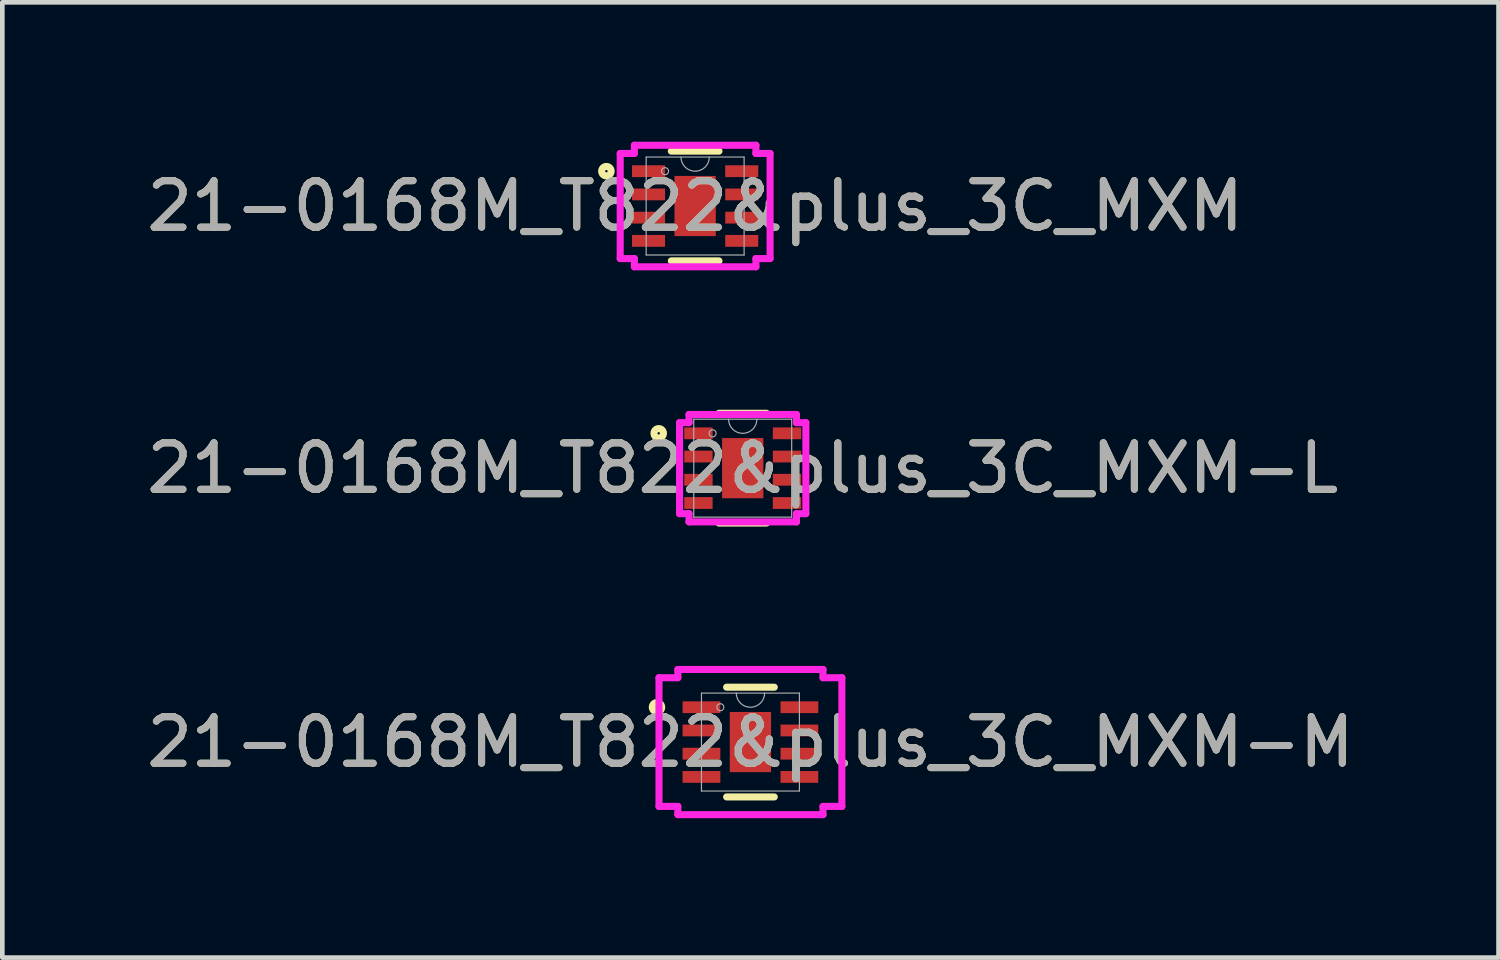
<source format=kicad_pcb>
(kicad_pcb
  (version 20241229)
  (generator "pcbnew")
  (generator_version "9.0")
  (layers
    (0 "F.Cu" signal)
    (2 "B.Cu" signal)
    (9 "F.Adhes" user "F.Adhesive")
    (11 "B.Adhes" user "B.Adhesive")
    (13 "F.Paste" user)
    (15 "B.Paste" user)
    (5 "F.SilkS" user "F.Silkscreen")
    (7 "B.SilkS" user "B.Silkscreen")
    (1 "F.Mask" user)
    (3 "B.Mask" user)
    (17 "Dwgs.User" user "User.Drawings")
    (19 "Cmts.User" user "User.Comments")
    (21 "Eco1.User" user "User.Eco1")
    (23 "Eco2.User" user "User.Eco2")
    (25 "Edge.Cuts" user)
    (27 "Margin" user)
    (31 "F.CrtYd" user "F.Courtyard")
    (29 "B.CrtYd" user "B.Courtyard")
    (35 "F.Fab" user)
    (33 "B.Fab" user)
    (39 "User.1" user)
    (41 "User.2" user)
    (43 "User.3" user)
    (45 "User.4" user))
  (footprint "21-0168M_T822&plus_3C_MXM-L"
    (layer "F.Cu")
    (at 12.935 7.026)
    (property "Reference" "21-0168M_T822&plus_3C_MXM-L" (at 0 0 0) (unlocked yes) (layer "F.SilkS") (effects (font (size 1 1) (thickness 0.15))))
    (attr smd)
    (fp_line (start -0.513 1.181) (end 0.513 1.181) (stroke (width 0.152) (type solid)) (layer "F.SilkS"))
    (fp_line (start 0.513 -1.181) (end -0.513 -1.181) (stroke (width 0.152) (type solid)) (layer "F.SilkS"))
    (fp_circle (center -1.808 -0.75) (end -1.706 -0.75) (stroke (width 0.152) (type solid)) (fill no) (layer "F.SilkS"))
    (fp_line (start -1.359 -0.979) (end -1.156 -0.979) (stroke (width 0.152) (type solid)) (layer "F.CrtYd"))
    (fp_line (start -1.359 0.979) (end -1.359 -0.979) (stroke (width 0.152) (type solid)) (layer "F.CrtYd"))
    (fp_line (start -1.359 0.979) (end -1.156 0.979) (stroke (width 0.152) (type solid)) (layer "F.CrtYd"))
    (fp_line (start -1.156 -1.156) (end 1.156 -1.156) (stroke (width 0.152) (type solid)) (layer "F.CrtYd"))
    (fp_line (start -1.156 -0.979) (end -1.156 -1.156) (stroke (width 0.152) (type solid)) (layer "F.CrtYd"))
    (fp_line (start -1.156 1.156) (end -1.156 0.979) (stroke (width 0.152) (type solid)) (layer "F.CrtYd"))
    (fp_line (start 1.156 -1.156) (end 1.156 -0.979) (stroke (width 0.152) (type solid)) (layer "F.CrtYd"))
    (fp_line (start 1.156 0.979) (end 1.156 1.156) (stroke (width 0.152) (type solid)) (layer "F.CrtYd"))
    (fp_line (start 1.156 1.156) (end -1.156 1.156) (stroke (width 0.152) (type solid)) (layer "F.CrtYd"))
    (fp_line (start 1.359 -0.979) (end 1.156 -0.979) (stroke (width 0.152) (type solid)) (layer "F.CrtYd"))
    (fp_line (start 1.359 -0.979) (end 1.359 0.979) (stroke (width 0.152) (type solid)) (layer "F.CrtYd"))
    (fp_line (start 1.359 0.979) (end 1.156 0.979) (stroke (width 0.152) (type solid)) (layer "F.CrtYd"))
    (fp_line (start -1.054 -1.054) (end -1.054 1.054) (stroke (width 0.025) (type solid)) (layer "F.Fab"))
    (fp_line (start -1.054 1.054) (end 1.054 1.054) (stroke (width 0.025) (type solid)) (layer "F.Fab"))
    (fp_line (start 1.054 -1.054) (end -1.054 -1.054) (stroke (width 0.025) (type solid)) (layer "F.Fab"))
    (fp_line (start 1.054 1.054) (end 1.054 -1.054) (stroke (width 0.025) (type solid)) (layer "F.Fab"))
    (fp_arc (start 0.3048 -1.0541) (mid 0 -0.7493) (end -0.3048 -1.0541) (stroke (width 0.0254) (type solid)) (layer "F.Fab"))
    (fp_circle (center -0.648 -0.75) (end -0.572 -0.75) (stroke (width 0.025) (type solid)) (fill no) (layer "F.Fab"))
    (fp_text user "${REFERENCE}" (at 0 0 0) (unlocked yes) (layer "F.Fab") (effects (font (size 1 1) (thickness 0.15))))
    (pad "1" smd rect (at -0.953 -0.75) (size 0.61 0.254) (layers "F.Cu" "F.Mask" "F.Paste"))
    (pad "2" smd rect (at -0.953 -0.25) (size 0.61 0.254) (layers "F.Cu" "F.Mask" "F.Paste"))
    (pad "3" smd rect (at -0.953 0.25) (size 0.61 0.254) (layers "F.Cu" "F.Mask" "F.Paste"))
    (pad "4" smd rect (at -0.953 0.75) (size 0.61 0.254) (layers "F.Cu" "F.Mask" "F.Paste"))
    (pad "5" smd rect (at 0.953 0.75) (size 0.61 0.254) (layers "F.Cu" "F.Mask" "F.Paste"))
    (pad "6" smd rect (at 0.953 0.25) (size 0.61 0.254) (layers "F.Cu" "F.Mask" "F.Paste"))
    (pad "7" smd rect (at 0.953 -0.25) (size 0.61 0.254) (layers "F.Cu" "F.Mask" "F.Paste"))
    (pad "8" smd rect (at 0.953 -0.75) (size 0.61 0.254) (layers "F.Cu" "F.Mask" "F.Paste"))
    (pad "9" smd rect (at 0 0) (size 0.889 1.295) (layers "F.Cu" "F.Mask" "F.Paste")))
  (footprint "21-0168M_T822&plus_3C_MXM-M"
    (layer "F.Cu")
    (at 13.101 12.921)
    (property "Reference" "21-0168M_T822&plus_3C_MXM-M" (at 0 0 0) (unlocked yes) (layer "F.SilkS") (effects (font (size 1 1) (thickness 0.15))))
    (attr smd)
    (fp_line (start -0.513 1.181) (end 0.513 1.181) (stroke (width 0.152) (type solid)) (layer "F.SilkS"))
    (fp_line (start 0.513 -1.181) (end -0.513 -1.181) (stroke (width 0.152) (type solid)) (layer "F.SilkS"))
    (fp_circle (center -2.011 -0.75) (end -1.91 -0.75) (stroke (width 0.152) (type solid)) (fill no) (layer "F.SilkS"))
    (fp_line (start -1.968 -1.385) (end -1.562 -1.385) (stroke (width 0.152) (type solid)) (layer "F.CrtYd"))
    (fp_line (start -1.968 1.385) (end -1.968 -1.385) (stroke (width 0.152) (type solid)) (layer "F.CrtYd"))
    (fp_line (start -1.968 1.385) (end -1.562 1.385) (stroke (width 0.152) (type solid)) (layer "F.CrtYd"))
    (fp_line (start -1.562 -1.562) (end 1.562 -1.562) (stroke (width 0.152) (type solid)) (layer "F.CrtYd"))
    (fp_line (start -1.562 -1.385) (end -1.562 -1.562) (stroke (width 0.152) (type solid)) (layer "F.CrtYd"))
    (fp_line (start -1.562 1.562) (end -1.562 1.385) (stroke (width 0.152) (type solid)) (layer "F.CrtYd"))
    (fp_line (start 1.562 -1.562) (end 1.562 -1.385) (stroke (width 0.152) (type solid)) (layer "F.CrtYd"))
    (fp_line (start 1.562 1.385) (end 1.562 1.562) (stroke (width 0.152) (type solid)) (layer "F.CrtYd"))
    (fp_line (start 1.562 1.562) (end -1.562 1.562) (stroke (width 0.152) (type solid)) (layer "F.CrtYd"))
    (fp_line (start 1.968 -1.385) (end 1.562 -1.385) (stroke (width 0.152) (type solid)) (layer "F.CrtYd"))
    (fp_line (start 1.968 -1.385) (end 1.968 1.385) (stroke (width 0.152) (type solid)) (layer "F.CrtYd"))
    (fp_line (start 1.968 1.385) (end 1.562 1.385) (stroke (width 0.152) (type solid)) (layer "F.CrtYd"))
    (fp_line (start -1.054 -1.054) (end -1.054 1.054) (stroke (width 0.025) (type solid)) (layer "F.Fab"))
    (fp_line (start -1.054 1.054) (end 1.054 1.054) (stroke (width 0.025) (type solid)) (layer "F.Fab"))
    (fp_line (start 1.054 -1.054) (end -1.054 -1.054) (stroke (width 0.025) (type solid)) (layer "F.Fab"))
    (fp_line (start 1.054 1.054) (end 1.054 -1.054) (stroke (width 0.025) (type solid)) (layer "F.Fab"))
    (fp_arc (start 0.3048 -1.0541) (mid 0 -0.7493) (end -0.3048 -1.0541) (stroke (width 0.0254) (type solid)) (layer "F.Fab"))
    (fp_circle (center -0.648 -0.75) (end -0.572 -0.75) (stroke (width 0.025) (type solid)) (fill no) (layer "F.Fab"))
    (fp_text user "${REFERENCE}" (at 0 0 0) (unlocked yes) (layer "F.Fab") (effects (font (size 1 1) (thickness 0.15))))
    (pad "1" smd rect (at -1.054 -0.75) (size 0.813 0.254) (layers "F.Cu" "F.Mask" "F.Paste"))
    (pad "2" smd rect (at -1.054 -0.25) (size 0.813 0.254) (layers "F.Cu" "F.Mask" "F.Paste"))
    (pad "3" smd rect (at -1.054 0.25) (size 0.813 0.254) (layers "F.Cu" "F.Mask" "F.Paste"))
    (pad "4" smd rect (at -1.054 0.75) (size 0.813 0.254) (layers "F.Cu" "F.Mask" "F.Paste"))
    (pad "5" smd rect (at 1.054 0.75) (size 0.813 0.254) (layers "F.Cu" "F.Mask" "F.Paste"))
    (pad "6" smd rect (at 1.054 0.25) (size 0.813 0.254) (layers "F.Cu" "F.Mask" "F.Paste"))
    (pad "7" smd rect (at 1.054 -0.25) (size 0.813 0.254) (layers "F.Cu" "F.Mask" "F.Paste"))
    (pad "8" smd rect (at 1.054 -0.75) (size 0.813 0.254) (layers "F.Cu" "F.Mask" "F.Paste"))
    (pad "9" smd rect (at 0 0) (size 0.889 1.295) (layers "F.Cu" "F.Mask" "F.Paste")))
  (footprint "21-0168M_T822&plus_3C_MXM"
    (layer "F.Cu")
    (at 11.911 1.384)
    (property "Reference" "21-0168M_T822&plus_3C_MXM" (at 0 0 0) (unlocked yes) (layer "F.SilkS") (effects (font (size 1 1) (thickness 0.15))))
    (attr smd)
    (fp_line (start -0.513 1.181) (end 0.513 1.181) (stroke (width 0.152) (type solid)) (layer "F.SilkS"))
    (fp_line (start 0.513 -1.181) (end -0.513 -1.181) (stroke (width 0.152) (type solid)) (layer "F.SilkS"))
    (fp_circle (center -1.91 -0.75) (end -1.808 -0.75) (stroke (width 0.152) (type solid)) (fill no) (layer "F.SilkS"))
    (fp_line (start -1.613 -1.131) (end -1.308 -1.131) (stroke (width 0.152) (type solid)) (layer "F.CrtYd"))
    (fp_line (start -1.613 1.131) (end -1.613 -1.131) (stroke (width 0.152) (type solid)) (layer "F.CrtYd"))
    (fp_line (start -1.613 1.131) (end -1.308 1.131) (stroke (width 0.152) (type solid)) (layer "F.CrtYd"))
    (fp_line (start -1.308 -1.308) (end 1.308 -1.308) (stroke (width 0.152) (type solid)) (layer "F.CrtYd"))
    (fp_line (start -1.308 -1.131) (end -1.308 -1.308) (stroke (width 0.152) (type solid)) (layer "F.CrtYd"))
    (fp_line (start -1.308 1.308) (end -1.308 1.131) (stroke (width 0.152) (type solid)) (layer "F.CrtYd"))
    (fp_line (start 1.308 -1.308) (end 1.308 -1.131) (stroke (width 0.152) (type solid)) (layer "F.CrtYd"))
    (fp_line (start 1.308 1.131) (end 1.308 1.308) (stroke (width 0.152) (type solid)) (layer "F.CrtYd"))
    (fp_line (start 1.308 1.308) (end -1.308 1.308) (stroke (width 0.152) (type solid)) (layer "F.CrtYd"))
    (fp_line (start 1.613 -1.131) (end 1.308 -1.131) (stroke (width 0.152) (type solid)) (layer "F.CrtYd"))
    (fp_line (start 1.613 -1.131) (end 1.613 1.131) (stroke (width 0.152) (type solid)) (layer "F.CrtYd"))
    (fp_line (start 1.613 1.131) (end 1.308 1.131) (stroke (width 0.152) (type solid)) (layer "F.CrtYd"))
    (fp_line (start -1.054 -1.054) (end -1.054 1.054) (stroke (width 0.025) (type solid)) (layer "F.Fab"))
    (fp_line (start -1.054 1.054) (end 1.054 1.054) (stroke (width 0.025) (type solid)) (layer "F.Fab"))
    (fp_line (start 1.054 -1.054) (end -1.054 -1.054) (stroke (width 0.025) (type solid)) (layer "F.Fab"))
    (fp_line (start 1.054 1.054) (end 1.054 -1.054) (stroke (width 0.025) (type solid)) (layer "F.Fab"))
    (fp_arc (start 0.3048 -1.0541) (mid 0 -0.7493) (end -0.3048 -1.0541) (stroke (width 0.0254) (type solid)) (layer "F.Fab"))
    (fp_circle (center -0.648 -0.75) (end -0.572 -0.75) (stroke (width 0.025) (type solid)) (fill no) (layer "F.Fab"))
    (fp_text user "${REFERENCE}" (at 0 0 0) (unlocked yes) (layer "F.Fab") (effects (font (size 1 1) (thickness 0.15))))
    (pad "1" smd rect (at -1.003 -0.75) (size 0.711 0.254) (layers "F.Cu" "F.Mask" "F.Paste"))
    (pad "2" smd rect (at -1.003 -0.25) (size 0.711 0.254) (layers "F.Cu" "F.Mask" "F.Paste"))
    (pad "3" smd rect (at -1.003 0.25) (size 0.711 0.254) (layers "F.Cu" "F.Mask" "F.Paste"))
    (pad "4" smd rect (at -1.003 0.75) (size 0.711 0.254) (layers "F.Cu" "F.Mask" "F.Paste"))
    (pad "5" smd rect (at 1.003 0.75) (size 0.711 0.254) (layers "F.Cu" "F.Mask" "F.Paste"))
    (pad "6" smd rect (at 1.003 0.25) (size 0.711 0.254) (layers "F.Cu" "F.Mask" "F.Paste"))
    (pad "7" smd rect (at 1.003 -0.25) (size 0.711 0.254) (layers "F.Cu" "F.Mask" "F.Paste"))
    (pad "8" smd rect (at 1.003 -0.75) (size 0.711 0.254) (layers "F.Cu" "F.Mask" "F.Paste"))
    (pad "9" smd rect (at 0 0) (size 0.889 1.295) (layers "F.Cu" "F.Mask" "F.Paste")))
  (gr_rect
    (start -3 -3)
    (end 29.202 17.56)
    (stroke (width 0.1) (type default))
    (fill no)
    (layer "Edge.Cuts")))
</source>
